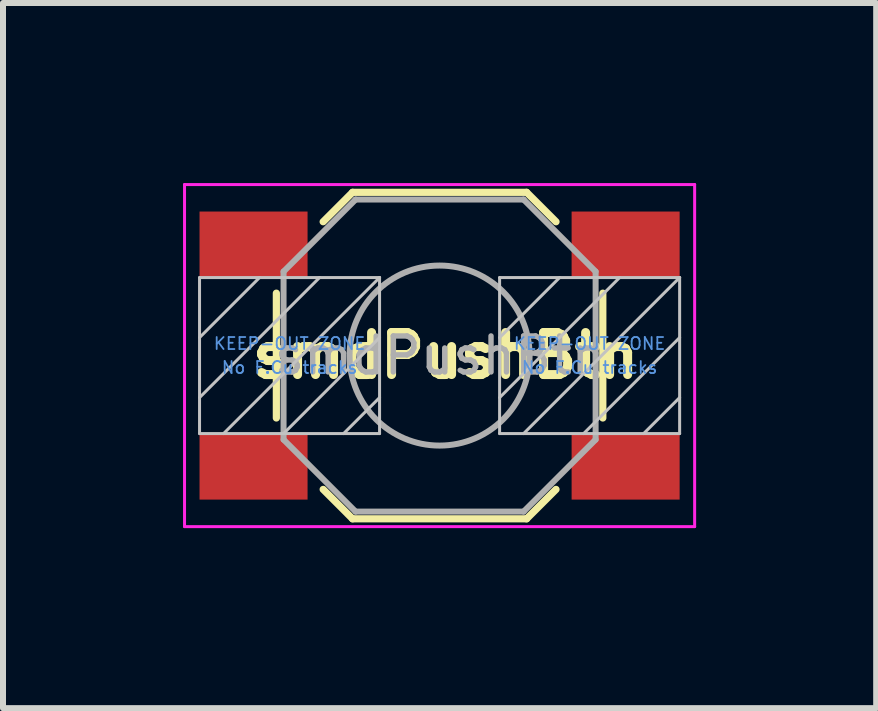
<source format=kicad_pcb>
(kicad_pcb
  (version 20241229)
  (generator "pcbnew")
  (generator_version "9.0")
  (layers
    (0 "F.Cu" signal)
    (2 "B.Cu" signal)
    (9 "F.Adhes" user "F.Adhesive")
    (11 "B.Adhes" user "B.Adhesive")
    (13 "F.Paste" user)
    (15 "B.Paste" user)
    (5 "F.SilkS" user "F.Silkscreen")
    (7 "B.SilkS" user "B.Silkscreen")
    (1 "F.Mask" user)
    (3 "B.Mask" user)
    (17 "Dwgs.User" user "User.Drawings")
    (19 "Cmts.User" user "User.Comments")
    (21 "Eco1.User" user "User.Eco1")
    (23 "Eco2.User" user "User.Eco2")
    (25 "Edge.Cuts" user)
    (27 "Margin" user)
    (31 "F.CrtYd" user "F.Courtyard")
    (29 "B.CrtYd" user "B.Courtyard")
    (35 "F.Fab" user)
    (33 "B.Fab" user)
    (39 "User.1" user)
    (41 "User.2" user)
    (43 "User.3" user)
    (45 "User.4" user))
  (footprint "smdPushBtn"
    (layer "F.Cu")
    (at 4.275 2.875)
    (property "Reference" "smdPushBtn" (at 0.1 0 0) (layer "F.SilkS") (effects (font (size 0.7 0.7) (thickness 0.15))))
    (attr smd)
    (fp_line (start -2.72 1.04) (end -2.72 -1.04) (stroke (width 0.12) (type solid)) (layer "F.SilkS"))
    (fp_line (start -1.45 -2.72) (end -1.94 -2.23) (stroke (width 0.12) (type solid)) (layer "F.SilkS"))
    (fp_line (start -1.45 -2.72) (end 1.45 -2.72) (stroke (width 0.12) (type solid)) (layer "F.SilkS"))
    (fp_line (start -1.45 2.72) (end -1.94 2.23) (stroke (width 0.12) (type solid)) (layer "F.SilkS"))
    (fp_line (start -1.45 2.72) (end 1.45 2.72) (stroke (width 0.12) (type solid)) (layer "F.SilkS"))
    (fp_line (start 1.45 -2.72) (end 1.94 -2.23) (stroke (width 0.12) (type solid)) (layer "F.SilkS"))
    (fp_line (start 1.45 2.72) (end 1.94 2.23) (stroke (width 0.12) (type solid)) (layer "F.SilkS"))
    (fp_line (start 2.72 1.04) (end 2.72 -1.04) (stroke (width 0.12) (type solid)) (layer "F.SilkS"))
    (fp_line (start -4 -1.3) (end -1 -1.3) (stroke (width 0.05) (type solid)) (layer "Dwgs.User"))
    (fp_line (start -4 -0.3) (end -3 -1.3) (stroke (width 0.05) (type solid)) (layer "Dwgs.User"))
    (fp_line (start -4 0.7) (end -2 -1.3) (stroke (width 0.05) (type solid)) (layer "Dwgs.User"))
    (fp_line (start -4 1.3) (end -4 -1.3) (stroke (width 0.05) (type solid)) (layer "Dwgs.User"))
    (fp_line (start -2.6 1.3) (end -1 -0.3) (stroke (width 0.05) (type solid)) (layer "Dwgs.User"))
    (fp_line (start -1 -1.3) (end -3.6 1.3) (stroke (width 0.05) (type solid)) (layer "Dwgs.User"))
    (fp_line (start -1 -1.3) (end -1 1.3) (stroke (width 0.05) (type solid)) (layer "Dwgs.User"))
    (fp_line (start -1 0.7) (end -1.6 1.3) (stroke (width 0.05) (type solid)) (layer "Dwgs.User"))
    (fp_line (start -1 1.3) (end -4 1.3) (stroke (width 0.05) (type solid)) (layer "Dwgs.User"))
    (fp_line (start 1 -1.3) (end 4 -1.3) (stroke (width 0.05) (type solid)) (layer "Dwgs.User"))
    (fp_line (start 1 -0.3) (end 2 -1.3) (stroke (width 0.05) (type solid)) (layer "Dwgs.User"))
    (fp_line (start 1 0.7) (end 3 -1.3) (stroke (width 0.05) (type solid)) (layer "Dwgs.User"))
    (fp_line (start 1 1.3) (end 1 -1.3) (stroke (width 0.05) (type solid)) (layer "Dwgs.User"))
    (fp_line (start 2.4 1.3) (end 4 -0.3) (stroke (width 0.05) (type solid)) (layer "Dwgs.User"))
    (fp_line (start 4 -1.3) (end 1.4 1.3) (stroke (width 0.05) (type solid)) (layer "Dwgs.User"))
    (fp_line (start 4 -1.3) (end 4 1.3) (stroke (width 0.05) (type solid)) (layer "Dwgs.User"))
    (fp_line (start 4 0.7) (end 3.4 1.3) (stroke (width 0.05) (type solid)) (layer "Dwgs.User"))
    (fp_line (start 4 1.3) (end 1 1.3) (stroke (width 0.05) (type solid)) (layer "Dwgs.User"))
    (fp_line (start -4.25 -2.85) (end -4.25 2.85) (stroke (width 0.05) (type solid)) (layer "F.CrtYd"))
    (fp_line (start -4.25 2.85) (end 4.25 2.85) (stroke (width 0.05) (type solid)) (layer "F.CrtYd"))
    (fp_line (start 4.25 -2.85) (end -4.25 -2.85) (stroke (width 0.05) (type solid)) (layer "F.CrtYd"))
    (fp_line (start 4.25 2.85) (end 4.25 -2.85) (stroke (width 0.05) (type solid)) (layer "F.CrtYd"))
    (fp_line (start -2.6 -1.4) (end -1.4 -2.6) (stroke (width 0.1) (type solid)) (layer "F.Fab"))
    (fp_line (start -2.6 1.4) (end -2.6 -1.4) (stroke (width 0.1) (type solid)) (layer "F.Fab"))
    (fp_line (start -1.4 -2.6) (end 1.4 -2.6) (stroke (width 0.1) (type solid)) (layer "F.Fab"))
    (fp_line (start -1.4 2.6) (end -2.6 1.4) (stroke (width 0.1) (type solid)) (layer "F.Fab"))
    (fp_line (start 1.4 -2.6) (end 2.6 -1.4) (stroke (width 0.1) (type solid)) (layer "F.Fab"))
    (fp_line (start 1.4 2.6) (end -1.4 2.6) (stroke (width 0.1) (type solid)) (layer "F.Fab"))
    (fp_line (start 2.6 -1.4) (end 2.6 1.4) (stroke (width 0.1) (type solid)) (layer "F.Fab"))
    (fp_line (start 2.6 1.4) (end 1.4 2.6) (stroke (width 0.1) (type solid)) (layer "F.Fab"))
    (fp_circle (center 0 0) (end 1.5 0) (stroke (width 0.1) (type solid)) (fill no) (layer "F.Fab"))
    (fp_text user "No F.Cu tracks" (at 2.5 0.2 0) (layer "Cmts.User") (effects (font (size 0.2 0.2) (thickness 0.03))))
    (fp_text user "No F.Cu tracks" (at -2.5 0.2 0) (layer "Cmts.User") (effects (font (size 0.2 0.2) (thickness 0.03))))
    (fp_text user "KEEP-OUT ZONE" (at 2.5 -0.2 0) (layer "Cmts.User") (effects (font (size 0.2 0.2) (thickness 0.03))))
    (fp_text user "KEEP-OUT ZONE" (at -2.5 -0.2 0) (layer "Cmts.User") (effects (font (size 0.2 0.2) (thickness 0.03))))
    (fp_text user "${REFERENCE}" (at 0 0 0) (layer "F.Fab") (effects (font (size 0.6 0.6) (thickness 0.09))))
    (pad "1" smd rect (at -3.1 -1.85) (size 1.8 1.1) (layers "F.Cu" "F.Mask" "F.Paste"))
    (pad "1" smd rect (at 3.1 -1.85) (size 1.8 1.1) (layers "F.Cu" "F.Mask" "F.Paste"))
    (pad "2" smd rect (at -3.1 1.85) (size 1.8 1.1) (layers "F.Cu" "F.Mask" "F.Paste"))
    (pad "2" smd rect (at 3.1 1.85) (size 1.8 1.1) (layers "F.Cu" "F.Mask" "F.Paste")))
  (gr_rect
    (start -3 -3)
    (end 11.55 8.75)
    (stroke (width 0.1) (type default))
    (fill no)
    (layer "Edge.Cuts")))
</source>
